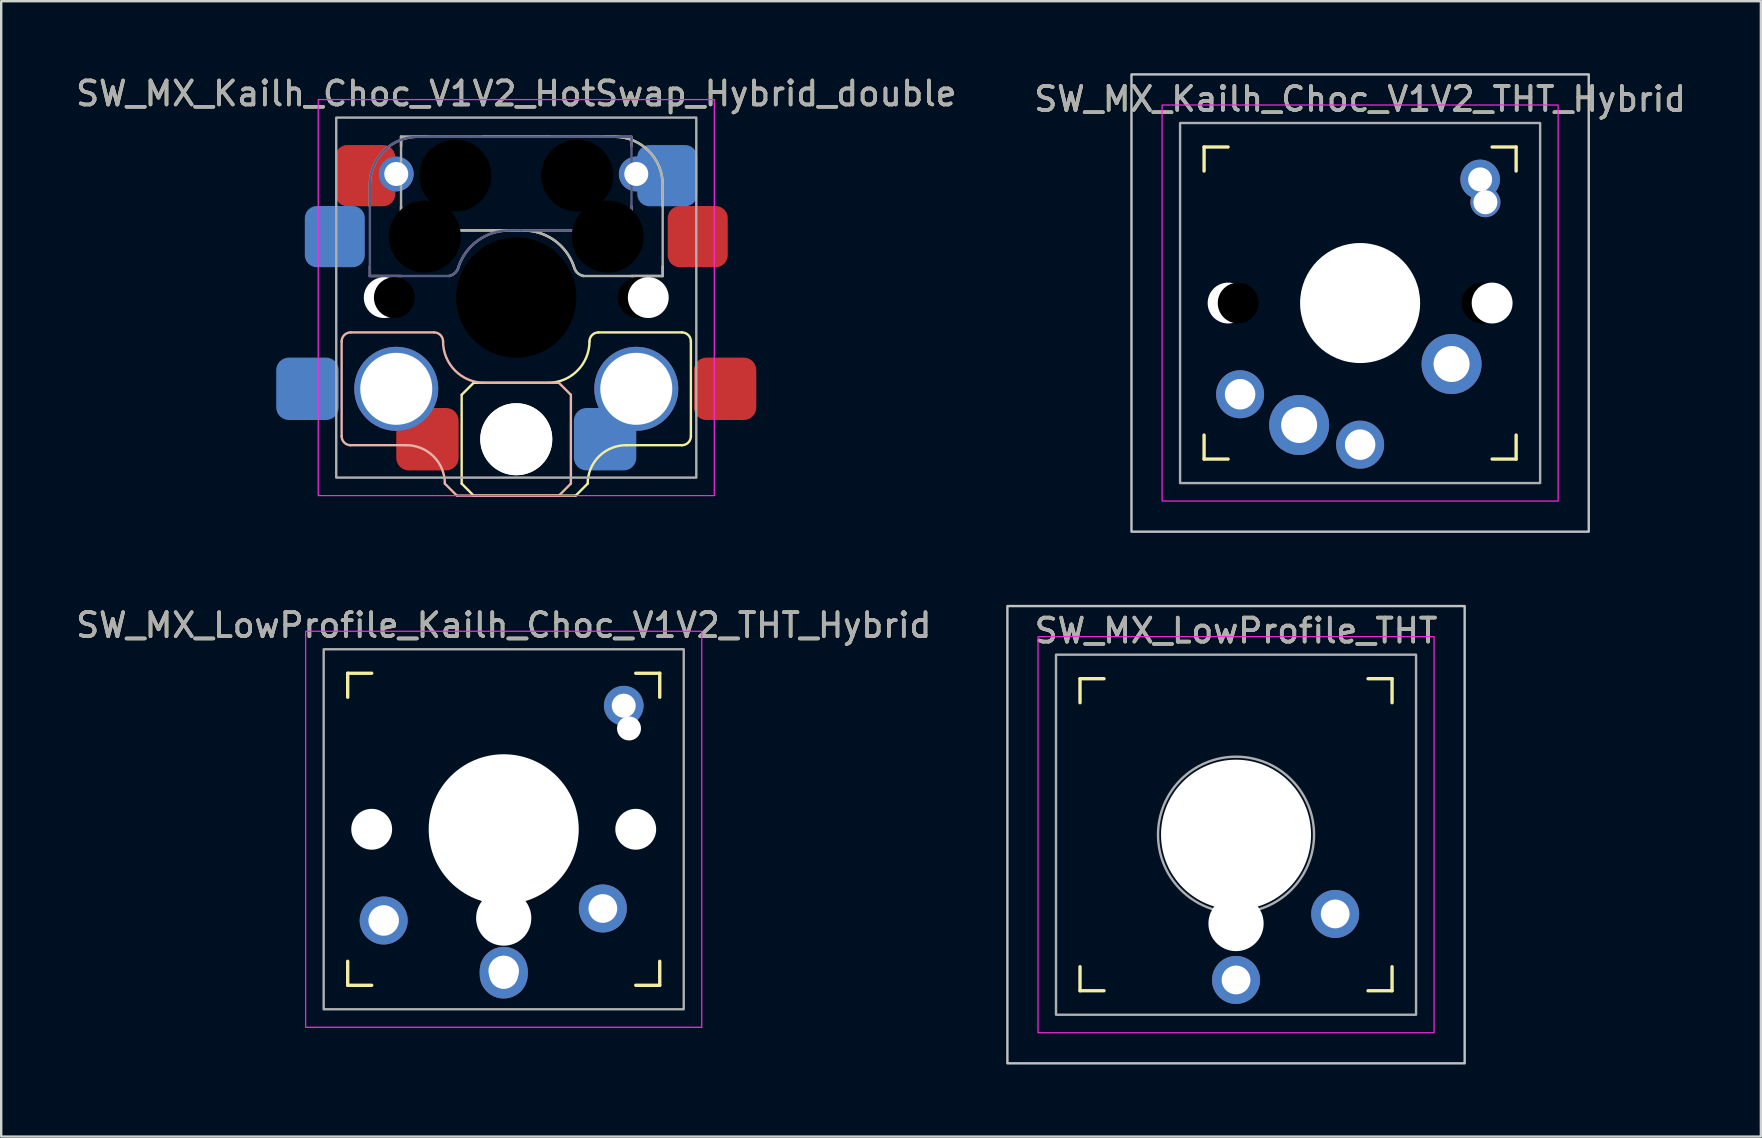
<source format=kicad_pcb>
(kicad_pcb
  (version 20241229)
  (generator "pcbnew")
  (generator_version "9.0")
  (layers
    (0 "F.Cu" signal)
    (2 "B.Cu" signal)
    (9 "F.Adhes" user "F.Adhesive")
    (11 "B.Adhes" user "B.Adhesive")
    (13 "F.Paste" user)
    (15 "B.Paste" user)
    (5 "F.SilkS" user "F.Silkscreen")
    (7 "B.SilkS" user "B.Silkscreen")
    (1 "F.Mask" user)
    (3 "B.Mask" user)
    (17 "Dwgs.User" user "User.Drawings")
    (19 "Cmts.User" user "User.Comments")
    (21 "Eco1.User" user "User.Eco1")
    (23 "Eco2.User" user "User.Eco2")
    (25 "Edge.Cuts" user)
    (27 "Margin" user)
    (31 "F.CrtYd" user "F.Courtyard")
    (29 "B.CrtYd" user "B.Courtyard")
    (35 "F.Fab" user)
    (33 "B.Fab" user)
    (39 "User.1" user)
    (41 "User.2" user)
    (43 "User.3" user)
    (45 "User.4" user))
  (footprint "SW_MX_Kailh_Choc_V1V2_THT_Hybrid"
    (layer "F.Cu")
    (at 53.613 9.575)
    (property "Reference" "SW_MX_Kailh_Choc_V1V2_THT_Hybrid" (at 0 -8.5 0) (unlocked yes) (layer "F.SilkS") (effects (font (size 1 1) (thickness 0.15))))
    (attr through_hole)
    (fp_line (start -6.5 -5.5) (end -6.5 -6.5) (stroke (width 0.14) (type solid)) (layer "F.SilkS"))
    (fp_line (start -6.5 6.5) (end -6.5 5.5) (stroke (width 0.14) (type solid)) (layer "F.SilkS"))
    (fp_line (start -6.5 6.5) (end -5.5 6.5) (stroke (width 0.14) (type solid)) (layer "F.SilkS"))
    (fp_line (start -5.5 -6.5) (end -6.5 -6.5) (stroke (width 0.14) (type solid)) (layer "F.SilkS"))
    (fp_line (start 5.5 6.5) (end 6.5 6.5) (stroke (width 0.14) (type solid)) (layer "F.SilkS"))
    (fp_line (start 6.5 -6.5) (end 5.5 -6.5) (stroke (width 0.14) (type solid)) (layer "F.SilkS"))
    (fp_line (start 6.5 -6.5) (end 6.5 -5.5) (stroke (width 0.14) (type solid)) (layer "F.SilkS"))
    (fp_line (start 6.5 5.5) (end 6.5 6.5) (stroke (width 0.14) (type solid)) (layer "F.SilkS"))
    (fp_rect (start 9.525 9.525) (end -9.525 -9.525) (stroke (width 0.1) (type solid)) (fill no) (layer "Dwgs.User"))
    (fp_rect (start -8.25 -8.25) (end 8.25 8.25) (stroke (width 0.05) (type solid)) (fill no) (layer "F.CrtYd"))
    (fp_rect (start 7.5 7.5) (end -7.5 -7.5) (stroke (width 0.1) (type solid)) (fill no) (layer "F.Fab"))
    (fp_text user "${REFERENCE}" (at 0 -8.5 0) (unlocked yes) (layer "F.Fab") (effects (font (size 1 1) (thickness 0.15))))
    (pad "" np_thru_hole circle (at -5.5 0) (size 1.702 1.702) (drill 1.702) (layers "*.Cu" "*.Mask"))
    (pad "" np_thru_hole circle (at -5.08 0 180) (size 1.7 1.7) (drill 1.7) (layers "*.Mask"))
    (pad "" np_thru_hole circle (at 0 0) (size 5 5) (drill 5) (layers "*.Cu" "*.Mask"))
    (pad "" thru_hole circle (at 5 -5.15) (size 1.65 1.65) (drill 1) (layers "*.Cu" "*.Mask"))
    (pad "" np_thru_hole circle (at 5.08 0 180) (size 1.7 1.7) (drill 1.7) (layers "*.Mask"))
    (pad "" thru_hole circle (at 5.22 -4.2) (size 1.25 1.25) (drill 1) (layers "*.Cu" "*.Mask"))
    (pad "" np_thru_hole circle (at 5.5 0) (size 1.702 1.702) (drill 1.702) (layers "*.Cu" "*.Mask"))
    (pad "1" thru_hole circle (at 0 5.9) (size 2 2) (drill 1.27) (layers "*.Cu" "B.Mask"))
    (pad "1" thru_hole circle (at 3.81 2.54 180) (size 2.5 2.5) (drill 1.5) (layers "*.Cu" "B.Mask"))
    (pad "2" thru_hole circle (at -5 3.8) (size 2 2) (drill 1.27) (layers "*.Cu" "B.Mask"))
    (pad "2" thru_hole circle (at -2.54 5.08 180) (size 2.5 2.5) (drill 1.5) (layers "*.Cu" "B.Mask")))
  (footprint "SW_MX_Kailh_Choc_V1V2_HotSwap_Hybrid_double"
    (layer "F.Cu")
    (at 18.458 9.348)
    (property "Reference" "SW_MX_Kailh_Choc_V1V2_HotSwap_Hybrid_double" (at 0 -8.5 0) (unlocked yes) (layer "F.SilkS") (effects (font (size 1 1) (thickness 0.15))))
    (attr smd)
    (fp_line (start -4.8 -6.7) (end -4.8 -6.3) (stroke (width 0.1) (type default)) (layer "F.SilkS"))
    (fp_line (start -4.8 -3.8) (end -4.8 -3.3) (stroke (width 0.1) (type default)) (layer "F.SilkS"))
    (fp_line (start -4.3 -2.8) (end -0.2 -2.8) (stroke (width 0.1) (type default)) (layer "F.SilkS"))
    (fp_line (start -3.7 -6.7) (end -4.8 -6.7) (stroke (width 0.1) (type default)) (layer "F.SilkS"))
    (fp_line (start -2.275 4.05) (end -2.275 7.75) (stroke (width 0.1) (type default)) (layer "F.SilkS"))
    (fp_line (start -2.275 4.05) (end -1.775 3.55) (stroke (width 0.1) (type default)) (layer "F.SilkS"))
    (fp_line (start -2.275 7.75) (end -1.775 8.25) (stroke (width 0.1) (type default)) (layer "F.SilkS"))
    (fp_line (start -1.775 8.25) (end 2.475 8.25) (stroke (width 0.1) (type default)) (layer "F.SilkS"))
    (fp_line (start 1.325 3.55) (end -1.775 3.55) (stroke (width 0.1) (type default)) (layer "F.SilkS"))
    (fp_line (start 2.475 8.25) (end 2.975 7.75) (stroke (width 0.1) (type default)) (layer "F.SilkS"))
    (fp_line (start 4.1 -6.7) (end -1.4 -6.7) (stroke (width 0.1) (type default)) (layer "F.SilkS"))
    (fp_line (start 6.1 -3.8) (end 6.1 -4.7) (stroke (width 0.1) (type default)) (layer "F.SilkS"))
    (fp_line (start 6.1 -0.9) (end 4.8 -0.9) (stroke (width 0.1) (type default)) (layer "F.SilkS"))
    (fp_line (start 6.1 -0.9) (end 6.1 -1.3) (stroke (width 0.1) (type default)) (layer "F.SilkS"))
    (fp_line (start 6.9 1.45) (end 3.425 1.45) (stroke (width 0.1) (type default)) (layer "F.SilkS"))
    (fp_line (start 6.9 6.15) (end 4.6 6.15) (stroke (width 0.1) (type default)) (layer "F.SilkS"))
    (fp_line (start 7.275 5.775) (end 7.275 1.825) (stroke (width 0.1) (type default)) (layer "F.SilkS"))
    (fp_arc (start -4.3 -2.8) (mid -4.653553 -2.946447) (end -4.8 -3.3) (stroke (width 0.1) (type default)) (layer "F.SilkS"))
    (fp_arc (start -0.2 -2.8) (mid 0.050035 -2.79971) (end 0.300049 -2.796514) (stroke (width 0.1) (type default)) (layer "F.SilkS"))
    (fp_arc (start 0.300049 -2.796514) (mid 1.589671 -2.383608) (end 2.399704 -1.298499) (stroke (width 0.1) (type default)) (layer "F.SilkS"))
    (fp_arc (start 2.8 -0.900001) (mid 2.541271 -1.037629) (end 2.401036 -1.294955) (stroke (width 0.1) (type default)) (layer "F.SilkS"))
    (fp_arc (start 2.975 7.75) (mid 3.45256 6.609686) (end 4.600195 6.15) (stroke (width 0.1) (type default)) (layer "F.SilkS"))
    (fp_arc (start 3.05 1.825) (mid 2.544759 3.044759) (end 1.325 3.55) (stroke (width 0.1) (type default)) (layer "F.SilkS"))
    (fp_arc (start 3.05 1.825) (mid 3.159835 1.559835) (end 3.425 1.45) (stroke (width 0.1) (type default)) (layer "F.SilkS"))
    (fp_arc (start 4.1 -6.7) (mid 5.514214 -6.114214) (end 6.1 -4.7) (stroke (width 0.1) (type default)) (layer "F.SilkS"))
    (fp_arc (start 6.9 1.45) (mid 7.165165 1.559835) (end 7.275 1.825) (stroke (width 0.1) (type default)) (layer "F.SilkS"))
    (fp_arc (start 7.275 5.775) (mid 7.165165 6.040165) (end 6.9 6.15) (stroke (width 0.1) (type default)) (layer "F.SilkS"))
    (fp_line (start -7.275 5.775) (end -7.275 1.825) (stroke (width 0.1) (type default)) (layer "B.SilkS"))
    (fp_line (start -6.9 1.45) (end -3.425 1.45) (stroke (width 0.1) (type default)) (layer "B.SilkS"))
    (fp_line (start -6.9 6.15) (end -4.6 6.15) (stroke (width 0.1) (type default)) (layer "B.SilkS"))
    (fp_line (start -6.1 -3.8) (end -6.1 -4.7) (stroke (width 0.1) (type default)) (layer "B.SilkS"))
    (fp_line (start -6.1 -0.9) (end -6.1 -1.3) (stroke (width 0.1) (type default)) (layer "B.SilkS"))
    (fp_line (start -6.1 -0.9) (end -4.8 -0.9) (stroke (width 0.1) (type default)) (layer "B.SilkS"))
    (fp_line (start -4.1 -6.7) (end 1.4 -6.7) (stroke (width 0.1) (type default)) (layer "B.SilkS"))
    (fp_line (start -2.475 8.25) (end -2.975 7.75) (stroke (width 0.1) (type default)) (layer "B.SilkS"))
    (fp_line (start -1.325 3.55) (end 1.775 3.55) (stroke (width 0.1) (type default)) (layer "B.SilkS"))
    (fp_line (start 1.775 8.25) (end -2.475 8.25) (stroke (width 0.1) (type default)) (layer "B.SilkS"))
    (fp_line (start 2.275 4.05) (end 1.775 3.55) (stroke (width 0.1) (type default)) (layer "B.SilkS"))
    (fp_line (start 2.275 4.05) (end 2.275 7.75) (stroke (width 0.1) (type default)) (layer "B.SilkS"))
    (fp_line (start 2.275 7.75) (end 1.775 8.25) (stroke (width 0.1) (type default)) (layer "B.SilkS"))
    (fp_line (start 3.7 -6.7) (end 4.8 -6.7) (stroke (width 0.1) (type default)) (layer "B.SilkS"))
    (fp_line (start 4.3 -2.8) (end 0.2 -2.8) (stroke (width 0.1) (type default)) (layer "B.SilkS"))
    (fp_line (start 4.8 -6.7) (end 4.8 -6.3) (stroke (width 0.1) (type default)) (layer "B.SilkS"))
    (fp_line (start 4.8 -3.8) (end 4.8 -3.3) (stroke (width 0.1) (type default)) (layer "B.SilkS"))
    (fp_arc (start -7.275 1.825) (mid -7.165165 1.559835) (end -6.9 1.45) (stroke (width 0.1) (type default)) (layer "B.SilkS"))
    (fp_arc (start -6.9 6.15) (mid -7.165165 6.040165) (end -7.275 5.775) (stroke (width 0.1) (type default)) (layer "B.SilkS"))
    (fp_arc (start -6.1 -4.7) (mid -5.514214 -6.114214) (end -4.1 -6.7) (stroke (width 0.1) (type default)) (layer "B.SilkS"))
    (fp_arc (start -4.600195 6.15) (mid -3.45256 6.609686) (end -2.975 7.75) (stroke (width 0.1) (type default)) (layer "B.SilkS"))
    (fp_arc (start -3.425 1.45) (mid -3.159835 1.559835) (end -3.05 1.825) (stroke (width 0.1) (type default)) (layer "B.SilkS"))
    (fp_arc (start -2.401036 -1.294955) (mid -2.541271 -1.037629) (end -2.8 -0.900001) (stroke (width 0.1) (type default)) (layer "B.SilkS"))
    (fp_arc (start -2.399704 -1.298499) (mid -1.589671 -2.383608) (end -0.300049 -2.796514) (stroke (width 0.1) (type default)) (layer "B.SilkS"))
    (fp_arc (start -1.325 3.55) (mid -2.544759 3.044759) (end -3.05 1.825) (stroke (width 0.1) (type default)) (layer "B.SilkS"))
    (fp_arc (start -0.300049 -2.796514) (mid -0.050035 -2.79971) (end 0.2 -2.8) (stroke (width 0.1) (type default)) (layer "B.SilkS"))
    (fp_arc (start 4.8 -3.3) (mid 4.653553 -2.946447) (end 4.3 -2.8) (stroke (width 0.1) (type default)) (layer "B.SilkS"))
    (fp_rect (start -8.25 -8.25) (end 8.25 8.25) (stroke (width 0.05) (type solid)) (fill no) (layer "F.CrtYd"))
    (fp_line (start -6.1 -0.9) (end -6.1 -4.7) (stroke (width 0.1) (type default)) (layer "B.Fab"))
    (fp_line (start -6.1 -0.9) (end -2.8 -0.9) (stroke (width 0.1) (type default)) (layer "B.Fab"))
    (fp_line (start -4.1 -6.7) (end 4.8 -6.7) (stroke (width 0.1) (type default)) (layer "B.Fab"))
    (fp_line (start 4.3 -2.8) (end 0.2 -2.8) (stroke (width 0.1) (type default)) (layer "B.Fab"))
    (fp_line (start 4.8 -6.7) (end 4.8 -3.3) (stroke (width 0.1) (type default)) (layer "B.Fab"))
    (fp_arc (start -6.1 -4.7) (mid -5.514214 -6.114214) (end -4.1 -6.7) (stroke (width 0.1) (type default)) (layer "B.Fab"))
    (fp_arc (start -2.401036 -1.294955) (mid -2.541271 -1.037629) (end -2.8 -0.900001) (stroke (width 0.1) (type default)) (layer "B.Fab"))
    (fp_arc (start -2.399704 -1.298499) (mid -1.589673 -2.383612) (end -0.300049 -2.796514) (stroke (width 0.1) (type default)) (layer "B.Fab"))
    (fp_arc (start -0.300049 -2.796514) (mid -0.050035 -2.79971) (end 0.2 -2.8) (stroke (width 0.1) (type default)) (layer "B.Fab"))
    (fp_arc (start 4.8 -3.3) (mid 4.653553 -2.946447) (end 4.3 -2.8) (stroke (width 0.1) (type default)) (layer "B.Fab"))
    (fp_line (start -4.8 -6.7) (end -4.8 -3.3) (stroke (width 0.1) (type default)) (layer "F.Fab"))
    (fp_line (start -4.3 -2.8) (end -0.2 -2.8) (stroke (width 0.1) (type default)) (layer "F.Fab"))
    (fp_line (start 4.1 -6.7) (end -4.8 -6.7) (stroke (width 0.1) (type default)) (layer "F.Fab"))
    (fp_line (start 6.1 -0.9) (end 2.8 -0.9) (stroke (width 0.1) (type default)) (layer "F.Fab"))
    (fp_line (start 6.1 -0.9) (end 6.1 -4.7) (stroke (width 0.1) (type default)) (layer "F.Fab"))
    (fp_rect (start -7.5 -7.5) (end 7.5 7.5) (stroke (width 0.1) (type solid)) (fill no) (layer "F.Fab"))
    (fp_arc (start -4.3 -2.8) (mid -4.653553 -2.946447) (end -4.8 -3.3) (stroke (width 0.1) (type default)) (layer "F.Fab"))
    (fp_arc (start -0.2 -2.8) (mid 0.050035 -2.79971) (end 0.300049 -2.796514) (stroke (width 0.1) (type default)) (layer "F.Fab"))
    (fp_arc (start 0.300049 -2.796514) (mid 1.589673 -2.383612) (end 2.399704 -1.298499) (stroke (width 0.1) (type default)) (layer "F.Fab"))
    (fp_arc (start 2.8 -0.900001) (mid 2.541271 -1.037629) (end 2.401036 -1.294955) (stroke (width 0.1) (type default)) (layer "F.Fab"))
    (fp_arc (start 4.1 -6.7) (mid 5.514214 -6.114214) (end 6.1 -4.7) (stroke (width 0.1) (type default)) (layer "F.Fab"))
    (fp_text user "${REFERENCE}" (at 0 -8.5 0) (unlocked yes) (layer "F.Fab") (effects (font (size 1 1) (thickness 0.15))))
    (pad "" np_thru_hole circle (at -5.5 0) (size 1.702 1.702) (drill 1.702) (layers "*.Cu" "*.Mask"))
    (pad "" np_thru_hole circle (at -5.08 0 180) (size 1.7 1.7) (drill 1.7) (layers "*.Mask"))
    (pad "" np_thru_hole circle (at -3.81 -2.54 180) (size 3 3) (drill 3) (layers "*.Mask"))
    (pad "" np_thru_hole circle (at -2.54 -5.08 180) (size 3 3) (drill 3) (layers "*.Mask"))
    (pad "" np_thru_hole circle (at 0 0 180) (size 5 5) (drill 5) (layers "*.Mask"))
    (pad "" np_thru_hole circle (at 0 0 180) (size 5 5) (drill 5) (layers "*.Mask"))
    (pad "" np_thru_hole circle (at 0 5.9) (size 3 3) (drill 3) (layers "*.Cu" "*.Mask"))
    (pad "" np_thru_hole circle (at 0 5.9) (size 3 3) (drill 3) (layers "*.Cu" "*.Mask"))
    (pad "" np_thru_hole circle (at 2.54 -5.08 180) (size 3 3) (drill 3) (layers "*.Mask"))
    (pad "" np_thru_hole circle (at 3.81 -2.54 180) (size 3 3) (drill 3) (layers "*.Mask"))
    (pad "" np_thru_hole circle (at 5.08 0 180) (size 1.7 1.7) (drill 1.7) (layers "*.Mask"))
    (pad "" np_thru_hole circle (at 5.5 0) (size 1.702 1.702) (drill 1.702) (layers "*.Cu" "*.Mask"))
    (pad "1" smd roundrect (at 3.7 5.9) (size 2.6 2.6) (layers "B.Cu" "B.Mask" "B.Paste") (roundrect_rratio 0.2))
    (pad "1" thru_hole circle (at 5 -5.15) (size 1.45 1.45) (drill 1) (layers "*.Cu" "B.Mask"))
    (pad "1" thru_hole circle (at 5 3.8) (size 3.5 3.5) (drill 3) (layers "*.Cu" "*.Mask"))
    (pad "1" smd roundrect (at 6.29 -5.08 180) (size 2.5 2.55) (layers "B.Cu" "B.Mask" "B.Paste") (roundrect_rratio 0.2))
    (pad "1" smd roundrect (at 7.56 -2.54 180) (size 2.5 2.55) (layers "F.Cu" "F.Mask" "F.Paste") (roundrect_rratio 0.2))
    (pad "1" smd roundrect (at 8.7 3.8) (size 2.6 2.6) (layers "F.Cu" "F.Mask" "F.Paste") (roundrect_rratio 0.2))
    (pad "2" smd roundrect (at -8.7 3.8) (size 2.6 2.6) (layers "B.Cu" "B.Mask" "B.Paste") (roundrect_rratio 0.2))
    (pad "2" smd roundrect (at -7.56 -2.54 180) (size 2.5 2.55) (layers "B.Cu" "B.Mask" "B.Paste") (roundrect_rratio 0.2))
    (pad "2" smd roundrect (at -6.29 -5.08 180) (size 2.5 2.55) (layers "F.Cu" "F.Mask" "F.Paste") (roundrect_rratio 0.2))
    (pad "2" thru_hole circle (at -5 -5.15) (size 1.45 1.45) (drill 1) (layers "*.Cu" "F.Mask"))
    (pad "2" thru_hole circle (at -5 3.8) (size 3.5 3.5) (drill 3) (layers "*.Cu" "*.Mask"))
    (pad "2" smd roundrect (at -3.7 5.9) (size 2.6 2.6) (layers "F.Cu" "F.Mask" "F.Paste") (roundrect_rratio 0.2)))
  (footprint "SW_MX_LowProfile_Kailh_Choc_V1V2_THT_Hybrid"
    (layer "F.Cu")
    (at 17.935 31.498)
    (property "Reference" "SW_MX_LowProfile_Kailh_Choc_V1V2_THT_Hybrid" (at 0 -8.5 0) (unlocked yes) (layer "F.SilkS") (effects (font (size 1 1) (thickness 0.15))))
    (attr through_hole)
    (fp_line (start -6.5 -5.5) (end -6.5 -6.5) (stroke (width 0.14) (type solid)) (layer "F.SilkS"))
    (fp_line (start -6.5 6.5) (end -6.5 5.5) (stroke (width 0.14) (type solid)) (layer "F.SilkS"))
    (fp_line (start -6.5 6.5) (end -5.5 6.5) (stroke (width 0.14) (type solid)) (layer "F.SilkS"))
    (fp_line (start -5.5 -6.5) (end -6.5 -6.5) (stroke (width 0.14) (type solid)) (layer "F.SilkS"))
    (fp_line (start 5.5 6.5) (end 6.5 6.5) (stroke (width 0.14) (type solid)) (layer "F.SilkS"))
    (fp_line (start 6.5 -6.5) (end 5.5 -6.5) (stroke (width 0.14) (type solid)) (layer "F.SilkS"))
    (fp_line (start 6.5 -6.5) (end 6.5 -5.5) (stroke (width 0.14) (type solid)) (layer "F.SilkS"))
    (fp_line (start 6.5 5.5) (end 6.5 6.5) (stroke (width 0.14) (type solid)) (layer "F.SilkS"))
    (fp_rect (start -8.25 -8.25) (end 8.25 8.25) (stroke (width 0.05) (type solid)) (fill no) (layer "F.CrtYd"))
    (fp_rect (start -7.5 -7.5) (end 7.5 7.5) (stroke (width 0.1) (type solid)) (fill no) (layer "F.Fab"))
    (fp_text user "${REFERENCE}" (at 0 -8.5 0) (unlocked yes) (layer "F.Fab") (effects (font (size 1 1) (thickness 0.15))))
    (pad "" np_thru_hole circle (at -5.5 0) (size 1.702 1.702) (drill 1.702) (layers "*.Cu" "*.Mask"))
    (pad "" np_thru_hole circle (at 0 0 180) (size 6.25 6.25) (drill 6.25) (layers "*.Cu" "*.Mask"))
    (pad "" np_thru_hole circle (at 0 3.7) (size 2.3 2.3) (drill 2.3) (layers "*.Cu" "*.Mask"))
    (pad "" thru_hole circle (at 5 -5.15) (size 1.65 1.65) (drill 1) (layers "*.Cu" "*.Mask"))
    (pad "" np_thru_hole circle (at 5.22 -4.2) (size 1 1) (drill 1) (layers "*.Cu" "*.Mask"))
    (pad "" np_thru_hole circle (at 5.5 0) (size 1.702 1.702) (drill 1.702) (layers "*.Cu" "*.Mask"))
    (pad "1" thru_hole circle (at 0 5.9) (size 2 2) (drill 1.27) (layers "*.Cu" "B.Mask"))
    (pad "1" thru_hole circle (at 0 6.05 180) (size 2 2) (drill 1.2) (layers "*.Cu" "B.Mask"))
    (pad "2" thru_hole circle (at -5 3.8) (size 2 2) (drill 1.27) (layers "*.Cu" "B.Mask"))
    (pad "2" thru_hole circle (at 4.13 3.3 180) (size 2 2) (drill 1.2) (layers "*.Cu" "B.Mask")))
  (footprint "SW_MX_LowProfile_THT"
    (layer "F.Cu")
    (at 48.444 31.725)
    (property "Reference" "SW_MX_LowProfile_THT" (at 0 -8.5 0) (unlocked yes) (layer "F.SilkS") (effects (font (size 1 1) (thickness 0.15))))
    (attr through_hole)
    (fp_line (start -6.5 -5.5) (end -6.5 -6.5) (stroke (width 0.14) (type solid)) (layer "F.SilkS"))
    (fp_line (start -6.5 6.5) (end -6.5 5.5) (stroke (width 0.14) (type solid)) (layer "F.SilkS"))
    (fp_line (start -6.5 6.5) (end -5.5 6.5) (stroke (width 0.14) (type solid)) (layer "F.SilkS"))
    (fp_line (start -5.5 -6.5) (end -6.5 -6.5) (stroke (width 0.14) (type solid)) (layer "F.SilkS"))
    (fp_line (start 5.5 6.5) (end 6.5 6.5) (stroke (width 0.14) (type solid)) (layer "F.SilkS"))
    (fp_line (start 6.5 -6.5) (end 5.5 -6.5) (stroke (width 0.14) (type solid)) (layer "F.SilkS"))
    (fp_line (start 6.5 -6.5) (end 6.5 -5.5) (stroke (width 0.14) (type solid)) (layer "F.SilkS"))
    (fp_line (start 6.5 5.5) (end 6.5 6.5) (stroke (width 0.14) (type solid)) (layer "F.SilkS"))
    (fp_rect (start -9.525 -9.525) (end 9.525 9.525) (stroke (width 0.1) (type solid)) (fill no) (layer "Dwgs.User"))
    (fp_rect (start -8.25 -8.25) (end 8.25 8.25) (stroke (width 0.05) (type solid)) (fill no) (layer "F.CrtYd"))
    (fp_rect (start 7.5 7.5) (end -7.5 -7.5) (stroke (width 0.1) (type solid)) (fill no) (layer "F.Fab"))
    (fp_circle (center 0 0) (end 2.75 0) (stroke (width 0.1) (type default)) (fill no) (layer "F.Fab"))
    (fp_circle (center 0 0) (end 3.25 0) (stroke (width 0.1) (type default)) (fill no) (layer "F.Fab"))
    (fp_poly (pts (xy -2.05 -0.65) (xy -0.7 -0.65) (xy -0.7 -2) (xy 0.6 -2) (xy 0.6 -0.65) (xy 1.95 -0.65) (xy 1.95 0.65) (xy 0.6 0.65) (xy 0.6 2) (xy -0.7 2) (xy -0.7 0.65) (xy -2.05 0.65)) (stroke (width 0.1) (type solid)) (fill no) (layer "F.Fab"))
    (fp_text user "${REFERENCE}" (at 0 -8.5 0) (unlocked yes) (layer "F.Fab") (effects (font (size 1 1) (thickness 0.15))))
    (pad "" np_thru_hole circle (at 0 0 180) (size 6.25 6.25) (drill 6.25) (layers "*.Cu" "*.Mask"))
    (pad "" np_thru_hole circle (at 0 3.7) (size 2.3 2.3) (drill 2.3) (layers "*.Cu" "*.Mask"))
    (pad "1" thru_hole circle (at 0 6.05 180) (size 2 2) (drill 1.2) (layers "*.Cu" "B.Mask"))
    (pad "2" thru_hole circle (at 4.13 3.3 180) (size 2 2) (drill 1.2) (layers "*.Cu" "B.Mask")))
  (gr_rect
    (start -3 -3)
    (end 70.31 44.3)
    (stroke (width 0.1) (type default))
    (fill no)
    (layer "Edge.Cuts")))
</source>
